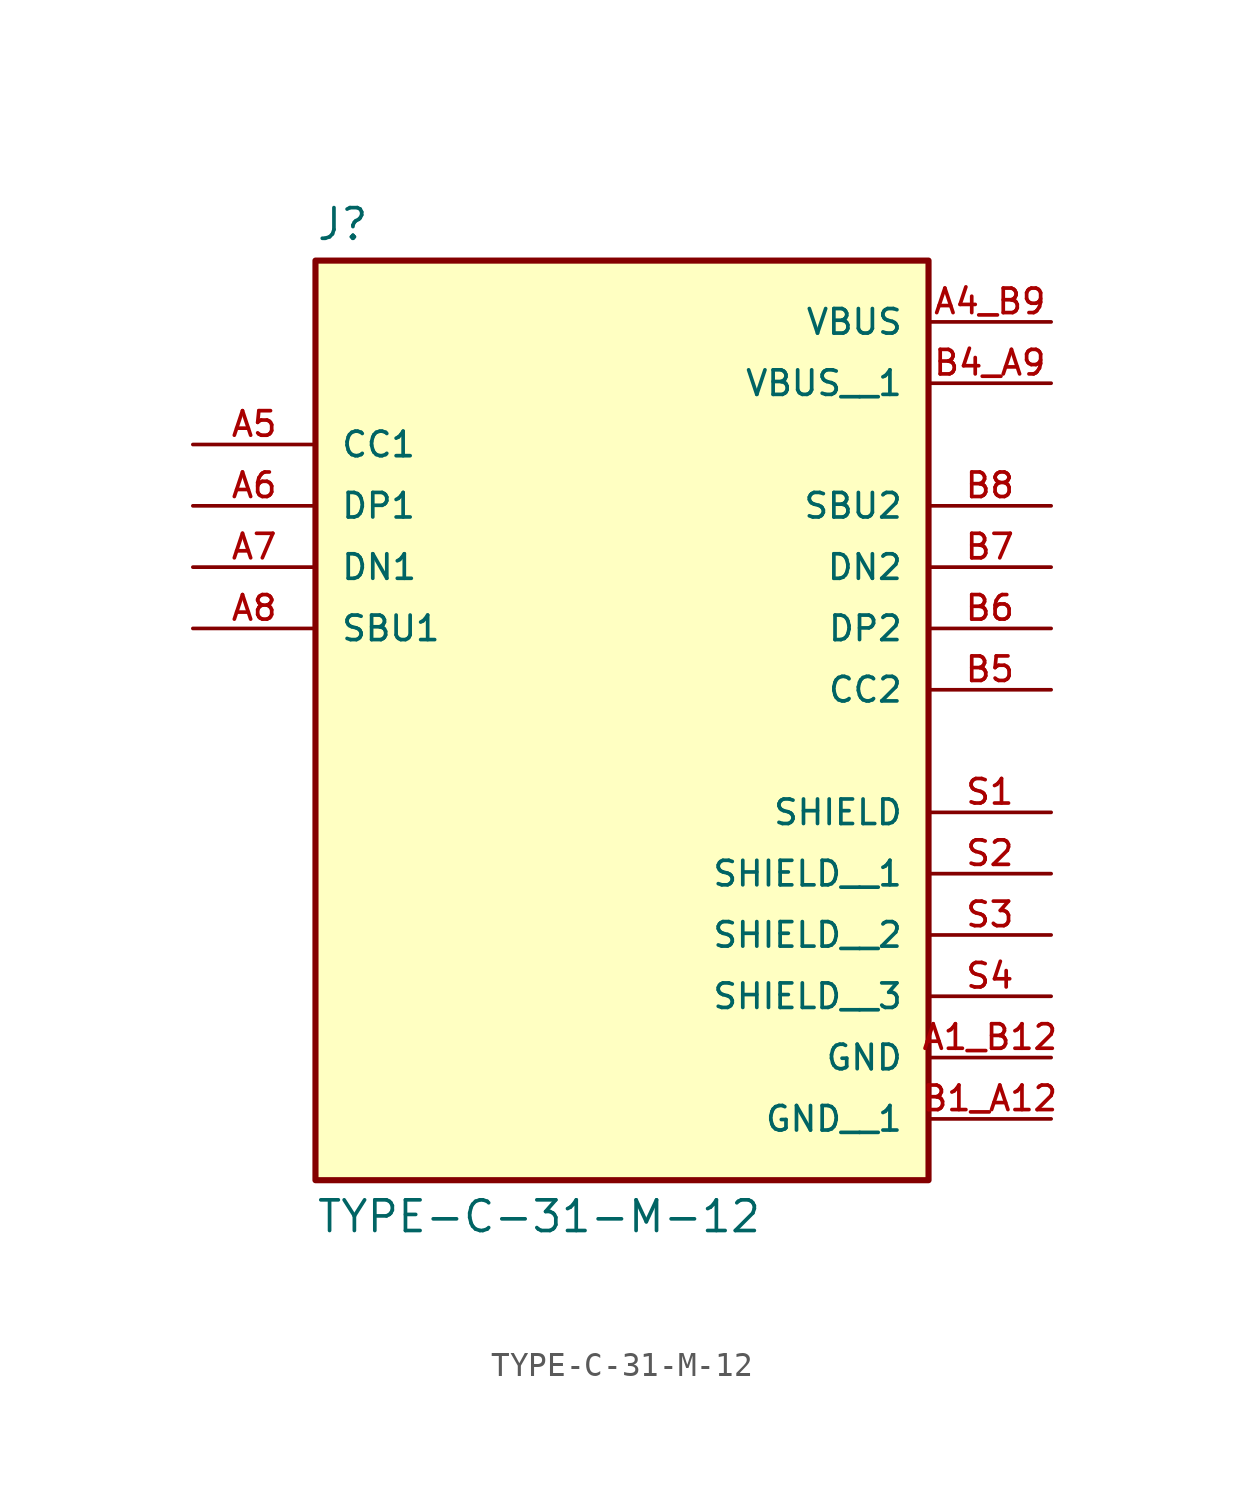
<source format=kicad_sym>
(kicad_symbol_lib
  (version 20211014)
  (generator kicad_symbol_editor)
  (symbol "TYPE-C-31-M-12"
    (pin_names
      (offset 1.016))
    (property "Reference" "J"
      (at -12.7 13.462 0)
      (effects (font (size 1.27 1.27)) (justify bottom left)))
    (property "Value" "TYPE-C-31-M-12"
      (at -12.7 -26.162 0.0)
      (effects (font (size 1.27 1.27)) (justify top left)))
    (symbol "TYPE-C-31-M-12_0_0"
      (rectangle (start -12.7 -25.4) (end 12.7 12.7) (stroke (width 0.254)) (fill (type background)))
      (pin bidirectional line (at -17.78 2.54 0) (length 5.08) (name "DP1" (effects (font (size 1.016 1.016)))) (number "A6" (effects (font (size 1.016 1.016)))))
      (pin bidirectional line (at -17.78 5.08 0) (length 5.08) (name "CC1" (effects (font (size 1.016 1.016)))) (number "A5" (effects (font (size 1.016 1.016)))))
      (pin bidirectional line (at -17.78 -2.54 0) (length 5.08) (name "SBU1" (effects (font (size 1.016 1.016)))) (number "A8" (effects (font (size 1.016 1.016)))))
      (pin bidirectional line (at -17.78 0.0 0) (length 5.08) (name "DN1" (effects (font (size 1.016 1.016)))) (number "A7" (effects (font (size 1.016 1.016)))))
      (pin passive line (at 17.78 -10.16 180.0) (length 5.08) (name "SHIELD" (effects (font (size 1.016 1.016)))) (number "S1" (effects (font (size 1.016 1.016)))))
      (pin power_in line (at 17.78 -20.32 180.0) (length 5.08) (name "GND" (effects (font (size 1.016 1.016)))) (number "A1_B12" (effects (font (size 1.016 1.016)))))
      (pin power_in line (at 17.78 10.16 180.0) (length 5.08) (name "VBUS" (effects (font (size 1.016 1.016)))) (number "A4_B9" (effects (font (size 1.016 1.016)))))
      (pin bidirectional line (at 17.78 -2.54 180.0) (length 5.08) (name "DP2" (effects (font (size 1.016 1.016)))) (number "B6" (effects (font (size 1.016 1.016)))))
      (pin bidirectional line (at 17.78 -5.08 180.0) (length 5.08) (name "CC2" (effects (font (size 1.016 1.016)))) (number "B5" (effects (font (size 1.016 1.016)))))
      (pin bidirectional line (at 17.78 2.54 180.0) (length 5.08) (name "SBU2" (effects (font (size 1.016 1.016)))) (number "B8" (effects (font (size 1.016 1.016)))))
      (pin bidirectional line (at 17.78 0.0 180.0) (length 5.08) (name "DN2" (effects (font (size 1.016 1.016)))) (number "B7" (effects (font (size 1.016 1.016)))))
      (pin power_in line (at 17.78 7.62 180.0) (length 5.08) (name "VBUS__1" (effects (font (size 1.016 1.016)))) (number "B4_A9" (effects (font (size 1.016 1.016)))))
      (pin passive line (at 17.78 -12.7 180.0) (length 5.08) (name "SHIELD__1" (effects (font (size 1.016 1.016)))) (number "S2" (effects (font (size 1.016 1.016)))))
      (pin passive line (at 17.78 -15.24 180.0) (length 5.08) (name "SHIELD__2" (effects (font (size 1.016 1.016)))) (number "S3" (effects (font (size 1.016 1.016)))))
      (pin passive line (at 17.78 -17.78 180.0) (length 5.08) (name "SHIELD__3" (effects (font (size 1.016 1.016)))) (number "S4" (effects (font (size 1.016 1.016)))))
      (pin power_in line (at 17.78 -22.86 180.0) (length 5.08) (name "GND__1" (effects (font (size 1.016 1.016)))) (number "B1_A12" (effects (font (size 1.016 1.016))))))))
</source>
